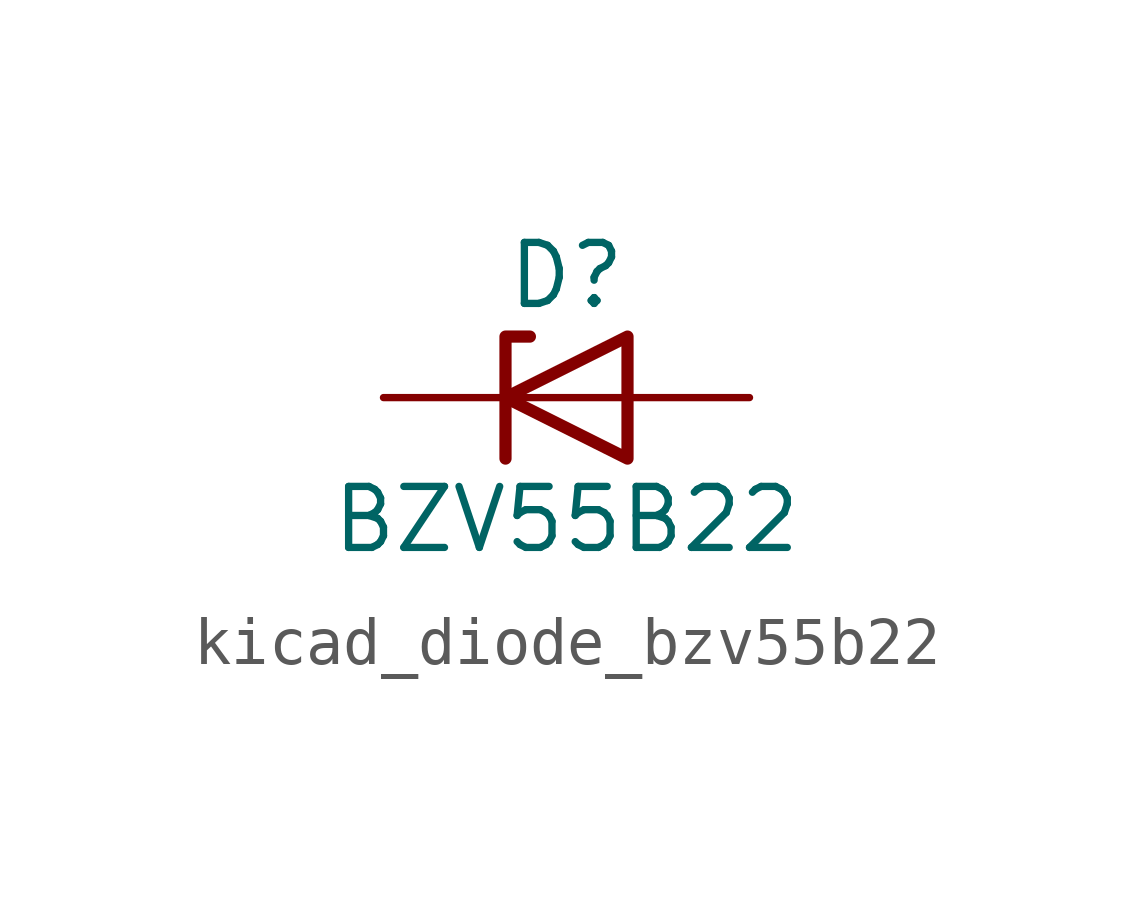
<source format=kicad_sym>
(kicad_symbol_lib
  (version 20220914)
  (generator kicad_symbol_editor)
  (symbol "kicad_diode_bzv55b22"
    (pin_numbers hide)
    (pin_names hide)
    (property "Reference" "D"
      (at 0 2.54 0)
      (effects (font (size 1.27 1.27))))
    (property "Value" "BZV55B22"
      (at 0 -2.54 0)
      (effects (font (size 1.27 1.27))))
    (symbol "kicad_diode_bzv55b22_0_1"
      (polyline (pts (xy 1.27 0) (xy -1.27 0)) (stroke (width 0) (type default)) (fill (type none)))
      (polyline (pts (xy -1.27 -1.27) (xy -1.27 1.27) (xy -0.762 1.27)) (stroke (width 0.254) (type default)) (fill (type none)))
      (polyline (pts (xy 1.27 -1.27) (xy 1.27 1.27) (xy -1.27 0) (xy 1.27 -1.27)) (stroke (width 0.254) (type default)) (fill (type none))))
    (symbol "kicad_diode_bzv55b22_1_1"
      (pin passive line (at -3.81 0 0) (length 2.54) (name "K" (effects (font (size 1.27 1.27)))) (number "1" (effects (font (size 1.27 1.27)))))
      (pin passive line (at 3.81 0 180) (length 2.54) (name "A" (effects (font (size 1.27 1.27)))) (number "2" (effects (font (size 1.27 1.27))))))))
</source>
